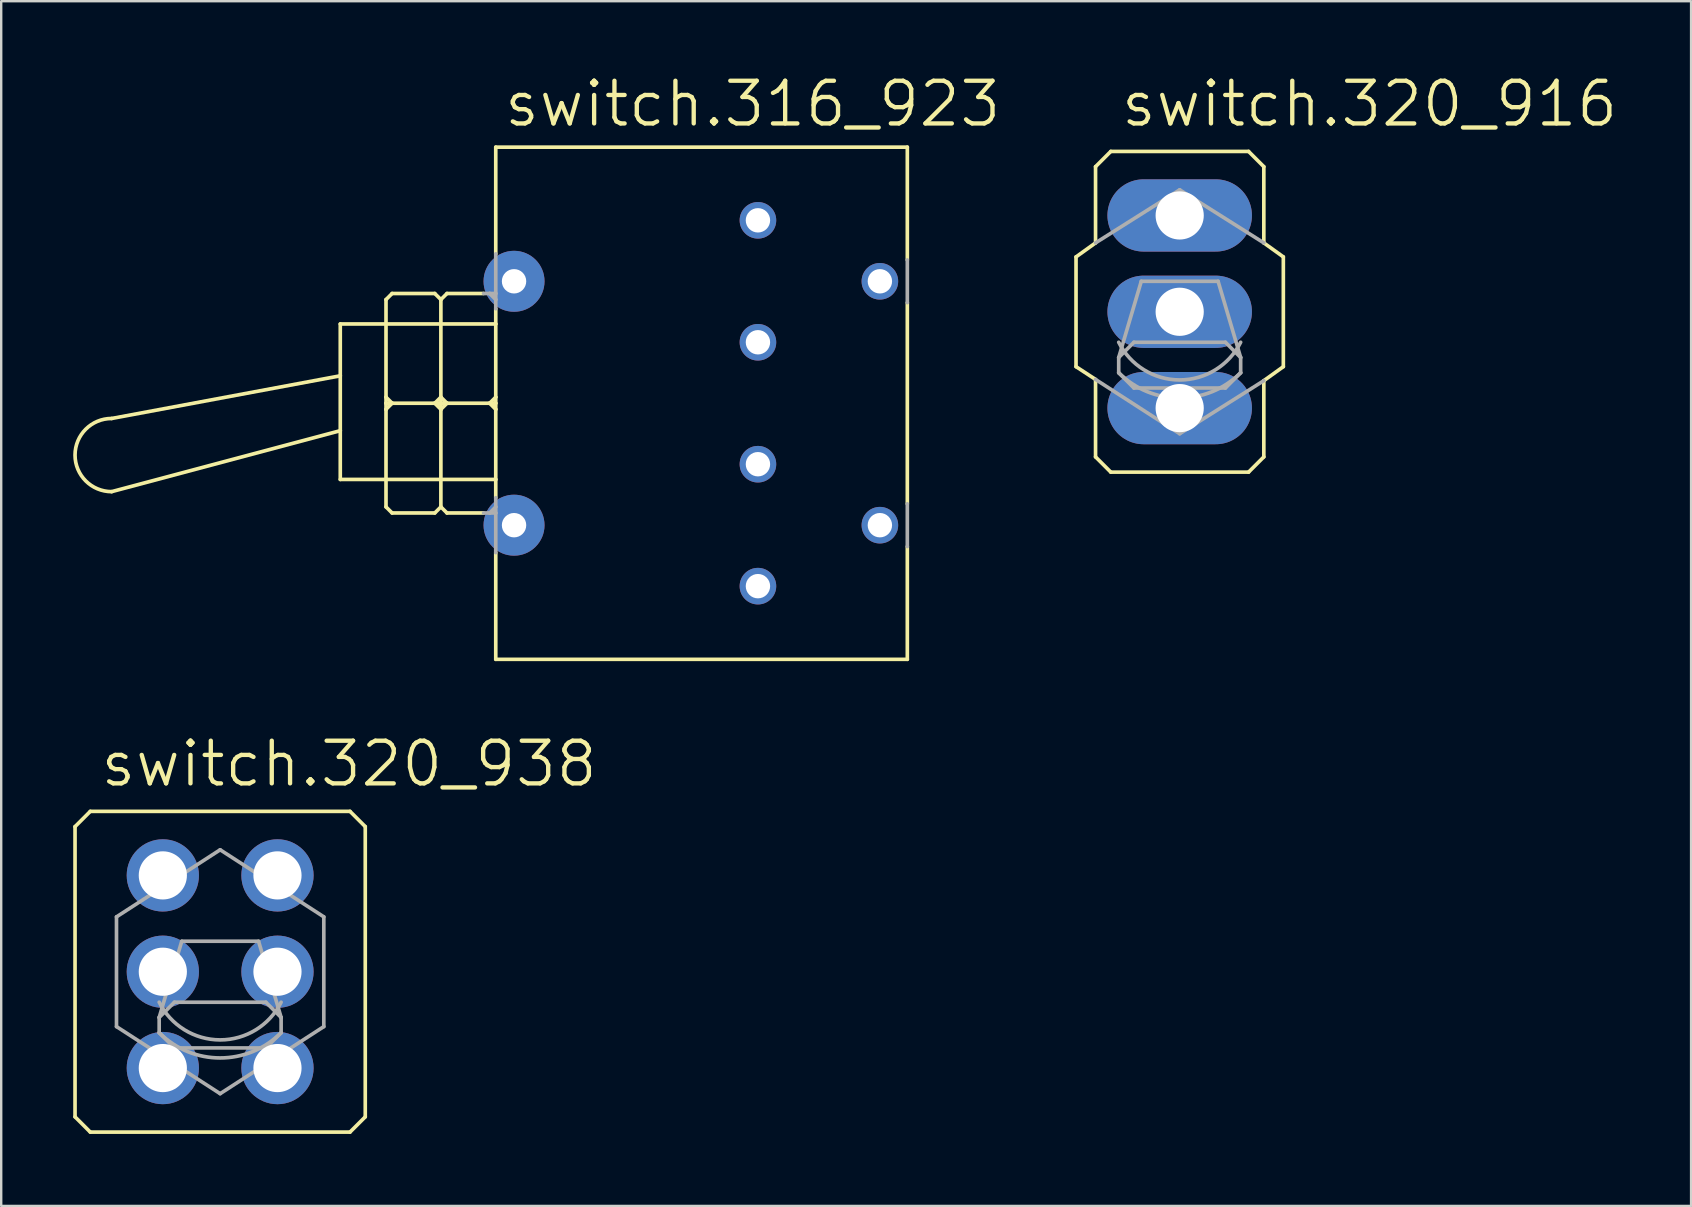
<source format=kicad_pcb>
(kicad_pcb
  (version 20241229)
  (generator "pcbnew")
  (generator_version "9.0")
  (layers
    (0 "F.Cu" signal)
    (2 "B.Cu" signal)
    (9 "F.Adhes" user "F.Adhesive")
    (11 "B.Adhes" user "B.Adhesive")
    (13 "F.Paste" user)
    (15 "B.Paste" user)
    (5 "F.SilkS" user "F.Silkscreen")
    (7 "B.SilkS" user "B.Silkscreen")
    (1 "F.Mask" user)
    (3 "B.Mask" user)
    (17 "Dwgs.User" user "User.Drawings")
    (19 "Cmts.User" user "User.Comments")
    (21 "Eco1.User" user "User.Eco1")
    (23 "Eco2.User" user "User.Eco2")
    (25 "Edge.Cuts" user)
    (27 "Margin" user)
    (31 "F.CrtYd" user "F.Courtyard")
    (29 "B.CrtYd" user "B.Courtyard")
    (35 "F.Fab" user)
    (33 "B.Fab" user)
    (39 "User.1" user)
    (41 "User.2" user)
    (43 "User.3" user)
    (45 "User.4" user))
  (footprint "switch.320_938"
    (layer "F.Cu")
    (at 6.121 37.43)
    (property "Reference" "switch.320_938" (at -5.08 -7.62 0) (layer "F.SilkS") (effects (font (size 1.778 1.778) (thickness 0.18)) (justify left bottom)))
    (attr through_hole)
    (fp_line (start -6.045 6.045) (end -6.045 -6.045) (stroke (width 0.152) (type default)) (layer "F.SilkS"))
    (fp_line (start -6.045 6.045) (end -5.41 6.68) (stroke (width 0.152) (type default)) (layer "F.SilkS"))
    (fp_line (start -5.41 -6.68) (end -6.045 -6.045) (stroke (width 0.152) (type default)) (layer "F.SilkS"))
    (fp_line (start -5.41 -6.68) (end 5.41 -6.68) (stroke (width 0.152) (type default)) (layer "F.SilkS"))
    (fp_line (start 5.41 6.68) (end -5.41 6.68) (stroke (width 0.152) (type default)) (layer "F.SilkS"))
    (fp_line (start 5.41 6.68) (end 6.045 6.045) (stroke (width 0.152) (type default)) (layer "F.SilkS"))
    (fp_line (start 6.045 -6.045) (end 5.41 -6.68) (stroke (width 0.152) (type default)) (layer "F.SilkS"))
    (fp_line (start 6.045 -6.045) (end 6.045 6.045) (stroke (width 0.152) (type default)) (layer "F.SilkS"))
    (fp_line (start -4.318 -2.286) (end -4.318 2.286) (stroke (width 0.152) (type default)) (layer "F.Fab"))
    (fp_line (start -4.318 2.286) (end 0 5.08) (stroke (width 0.152) (type default)) (layer "F.Fab"))
    (fp_line (start -2.54 2.54) (end -2.54 1.905) (stroke (width 0.152) (type default)) (layer "F.Fab"))
    (fp_line (start -2.54 2.54) (end -1.905 3.175) (stroke (width 0.152) (type default)) (layer "F.Fab"))
    (fp_line (start -1.905 1.27) (end -2.54 1.905) (stroke (width 0.152) (type default)) (layer "F.Fab"))
    (fp_line (start -1.905 1.27) (end 1.905 1.27) (stroke (width 0.152) (type default)) (layer "F.Fab"))
    (fp_line (start -1.6 -1.27) (end -2.54 1.905) (stroke (width 0.152) (type default)) (layer "F.Fab"))
    (fp_line (start -1.6 -1.27) (end 1.6 -1.27) (stroke (width 0.152) (type default)) (layer "F.Fab"))
    (fp_line (start 0 -5.08) (end -4.318 -2.286) (stroke (width 0.152) (type default)) (layer "F.Fab"))
    (fp_line (start 0 5.08) (end 4.318 2.286) (stroke (width 0.152) (type default)) (layer "F.Fab"))
    (fp_line (start 1.6 -1.27) (end 2.54 1.905) (stroke (width 0.152) (type default)) (layer "F.Fab"))
    (fp_line (start 1.905 1.27) (end 2.54 1.905) (stroke (width 0.152) (type default)) (layer "F.Fab"))
    (fp_line (start 1.905 3.175) (end -1.905 3.175) (stroke (width 0.152) (type default)) (layer "F.Fab"))
    (fp_line (start 1.905 3.175) (end 2.54 2.54) (stroke (width 0.152) (type default)) (layer "F.Fab"))
    (fp_line (start 2.54 1.905) (end 2.54 2.54) (stroke (width 0.152) (type default)) (layer "F.Fab"))
    (fp_line (start 4.318 -2.286) (end 0 -5.08) (stroke (width 0.152) (type default)) (layer "F.Fab"))
    (fp_line (start 4.318 -2.286) (end 4.318 2.286) (stroke (width 0.152) (type default)) (layer "F.Fab"))
    (fp_arc (start 2.54 1.27) (mid 0 2.839806) (end -2.54 1.27) (stroke (width 0.1524) (type default)) (layer "F.Fab"))
    (fp_arc (start 2.54 2.54) (mid 0 3.592102) (end -2.54 2.54) (stroke (width 0.1524) (type default)) (layer "F.Fab"))
    (pad "1" thru_hole circle (at -2.388 -4.013) (size 3.01 3.01) (drill 2.007) (layers "*.Cu" "*.Mask"))
    (pad "2" thru_hole circle (at -2.388 0) (size 3.01 3.01) (drill 2.007) (layers "*.Cu" "*.Mask"))
    (pad "3" thru_hole circle (at -2.388 4.013) (size 3.01 3.01) (drill 2.007) (layers "*.Cu" "*.Mask"))
    (pad "4" thru_hole circle (at 2.388 -4.013) (size 3.01 3.01) (drill 2.007) (layers "*.Cu" "*.Mask"))
    (pad "5" thru_hole circle (at 2.388 0) (size 3.01 3.01) (drill 2.007) (layers "*.Cu" "*.Mask"))
    (pad "6" thru_hole circle (at 2.388 4.013) (size 3.01 3.01) (drill 2.007) (layers "*.Cu" "*.Mask")))
  (footprint "switch.320_916"
    (layer "F.Cu")
    (at 46.093 9.938)
    (property "Reference" "switch.320_916" (at -2.54 -7.62 0) (layer "F.SilkS") (effects (font (size 1.778 1.778) (thickness 0.18)) (justify left bottom)))
    (attr through_hole)
    (fp_line (start -4.318 -2.286) (end -4.318 2.286) (stroke (width 0.152) (type default)) (layer "F.SilkS"))
    (fp_line (start -4.318 -2.286) (end -3.505 -2.87) (stroke (width 0.152) (type default)) (layer "F.SilkS"))
    (fp_line (start -4.318 2.286) (end -3.505 2.819) (stroke (width 0.152) (type default)) (layer "F.SilkS"))
    (fp_line (start -3.505 -2.87) (end -3.505 -6.045) (stroke (width 0.152) (type default)) (layer "F.SilkS"))
    (fp_line (start -3.505 6.045) (end -3.505 2.819) (stroke (width 0.152) (type default)) (layer "F.SilkS"))
    (fp_line (start -3.505 6.045) (end -2.87 6.68) (stroke (width 0.152) (type default)) (layer "F.SilkS"))
    (fp_line (start -2.87 -6.68) (end -3.505 -6.045) (stroke (width 0.152) (type default)) (layer "F.SilkS"))
    (fp_line (start -2.87 -6.68) (end 2.87 -6.68) (stroke (width 0.152) (type default)) (layer "F.SilkS"))
    (fp_line (start 2.87 6.68) (end -2.87 6.68) (stroke (width 0.152) (type default)) (layer "F.SilkS"))
    (fp_line (start 2.87 6.68) (end 3.505 6.045) (stroke (width 0.152) (type default)) (layer "F.SilkS"))
    (fp_line (start 3.505 -6.045) (end 2.87 -6.68) (stroke (width 0.152) (type default)) (layer "F.SilkS"))
    (fp_line (start 3.505 -6.045) (end 3.505 -2.87) (stroke (width 0.152) (type default)) (layer "F.SilkS"))
    (fp_line (start 3.505 6.045) (end 3.505 2.87) (stroke (width 0.152) (type default)) (layer "F.SilkS"))
    (fp_line (start 4.318 -2.286) (end 3.505 -2.87) (stroke (width 0.152) (type default)) (layer "F.SilkS"))
    (fp_line (start 4.318 -2.286) (end 4.318 2.286) (stroke (width 0.152) (type default)) (layer "F.SilkS"))
    (fp_line (start 4.318 2.286) (end 3.505 2.87) (stroke (width 0.152) (type default)) (layer "F.SilkS"))
    (fp_line (start -3.505 -2.87) (end 0 -5.08) (stroke (width 0.152) (type default)) (layer "F.Fab"))
    (fp_line (start -3.505 2.819) (end 0 5.08) (stroke (width 0.152) (type default)) (layer "F.Fab"))
    (fp_line (start -2.54 2.54) (end -2.54 1.905) (stroke (width 0.152) (type default)) (layer "F.Fab"))
    (fp_line (start -2.54 2.54) (end -1.905 3.175) (stroke (width 0.152) (type default)) (layer "F.Fab"))
    (fp_line (start -1.905 1.27) (end -2.54 1.905) (stroke (width 0.152) (type default)) (layer "F.Fab"))
    (fp_line (start -1.905 1.27) (end 1.905 1.27) (stroke (width 0.152) (type default)) (layer "F.Fab"))
    (fp_line (start -1.6 -1.27) (end -2.54 1.905) (stroke (width 0.152) (type default)) (layer "F.Fab"))
    (fp_line (start -1.6 -1.27) (end 1.6 -1.27) (stroke (width 0.152) (type default)) (layer "F.Fab"))
    (fp_line (start 1.6 -1.27) (end 2.54 1.905) (stroke (width 0.152) (type default)) (layer "F.Fab"))
    (fp_line (start 1.905 1.27) (end 2.54 1.905) (stroke (width 0.152) (type default)) (layer "F.Fab"))
    (fp_line (start 1.905 3.175) (end -1.905 3.175) (stroke (width 0.152) (type default)) (layer "F.Fab"))
    (fp_line (start 1.905 3.175) (end 2.54 2.54) (stroke (width 0.152) (type default)) (layer "F.Fab"))
    (fp_line (start 2.54 1.905) (end 2.54 2.54) (stroke (width 0.152) (type default)) (layer "F.Fab"))
    (fp_line (start 3.505 -2.87) (end 0 -5.08) (stroke (width 0.152) (type default)) (layer "F.Fab"))
    (fp_line (start 3.505 2.87) (end 0 5.08) (stroke (width 0.152) (type default)) (layer "F.Fab"))
    (fp_arc (start 2.54 1.27) (mid 0 2.839806) (end -2.54 1.27) (stroke (width 0.1524) (type default)) (layer "F.Fab"))
    (fp_arc (start 2.54 2.54) (mid 0 3.592102) (end -2.54 2.54) (stroke (width 0.1524) (type default)) (layer "F.Fab"))
    (pad "1" thru_hole oval (at 0 -4.013) (size 6.02 3.01) (drill 2.007) (layers "*.Cu" "*.Mask"))
    (pad "2" thru_hole oval (at 0 0) (size 6.02 3.01) (drill 2.007) (layers "*.Cu" "*.Mask"))
    (pad "3" thru_hole oval (at 0 4.013) (size 6.02 3.01) (drill 2.007) (layers "*.Cu" "*.Mask")))
  (footprint "switch.316_923"
    (layer "F.Cu")
    (at 18.364 13.748)
    (property "Reference" "switch.316_923" (at -0.508 -11.43 0) (layer "F.SilkS") (effects (font (size 1.778 1.778) (thickness 0.18)) (justify left bottom)))
    (attr through_hole)
    (fp_line (start -7.239 -3.302) (end -0.762 -3.302) (stroke (width 0.152) (type default)) (layer "F.SilkS"))
    (fp_line (start -7.239 -1.143) (end -16.764 0.635) (stroke (width 0.152) (type default)) (layer "F.SilkS"))
    (fp_line (start -7.239 -1.143) (end -7.239 -3.302) (stroke (width 0.152) (type default)) (layer "F.SilkS"))
    (fp_line (start -7.239 1.143) (end -16.764 3.683) (stroke (width 0.152) (type default)) (layer "F.SilkS"))
    (fp_line (start -7.239 1.143) (end -7.239 -1.143) (stroke (width 0.152) (type default)) (layer "F.SilkS"))
    (fp_line (start -7.239 3.175) (end -7.239 1.143) (stroke (width 0.152) (type default)) (layer "F.SilkS"))
    (fp_line (start -5.334 -0.254) (end -5.334 -4.318) (stroke (width 0.152) (type default)) (layer "F.SilkS"))
    (fp_line (start -5.334 -0.254) (end -5.08 0) (stroke (width 0.152) (type default)) (layer "F.SilkS"))
    (fp_line (start -5.334 0) (end -5.334 -0.254) (stroke (width 0.152) (type default)) (layer "F.SilkS"))
    (fp_line (start -5.334 0) (end -5.08 0) (stroke (width 0.152) (type default)) (layer "F.SilkS"))
    (fp_line (start -5.334 0.254) (end -5.334 0) (stroke (width 0.152) (type default)) (layer "F.SilkS"))
    (fp_line (start -5.334 4.318) (end -5.334 0.254) (stroke (width 0.152) (type default)) (layer "F.SilkS"))
    (fp_line (start -5.334 4.318) (end -5.08 4.572) (stroke (width 0.152) (type default)) (layer "F.SilkS"))
    (fp_line (start -5.08 -4.572) (end -5.334 -4.318) (stroke (width 0.152) (type default)) (layer "F.SilkS"))
    (fp_line (start -5.08 -4.572) (end -3.302 -4.572) (stroke (width 0.152) (type default)) (layer "F.SilkS"))
    (fp_line (start -5.08 0) (end -5.334 0.254) (stroke (width 0.152) (type default)) (layer "F.SilkS"))
    (fp_line (start -5.08 0) (end -3.302 0) (stroke (width 0.152) (type default)) (layer "F.SilkS"))
    (fp_line (start -3.302 0) (end -3.048 -0.254) (stroke (width 0.152) (type default)) (layer "F.SilkS"))
    (fp_line (start -3.302 0) (end -3.048 0) (stroke (width 0.152) (type default)) (layer "F.SilkS"))
    (fp_line (start -3.302 4.572) (end -5.08 4.572) (stroke (width 0.152) (type default)) (layer "F.SilkS"))
    (fp_line (start -3.048 -4.318) (end -3.302 -4.572) (stroke (width 0.152) (type default)) (layer "F.SilkS"))
    (fp_line (start -3.048 -0.254) (end -3.048 -4.318) (stroke (width 0.152) (type default)) (layer "F.SilkS"))
    (fp_line (start -3.048 -0.254) (end -2.794 0) (stroke (width 0.152) (type default)) (layer "F.SilkS"))
    (fp_line (start -3.048 0) (end -3.048 -0.254) (stroke (width 0.152) (type default)) (layer "F.SilkS"))
    (fp_line (start -3.048 0) (end -2.794 0) (stroke (width 0.152) (type default)) (layer "F.SilkS"))
    (fp_line (start -3.048 0.254) (end -3.302 0) (stroke (width 0.152) (type default)) (layer "F.SilkS"))
    (fp_line (start -3.048 0.254) (end -3.048 0) (stroke (width 0.152) (type default)) (layer "F.SilkS"))
    (fp_line (start -3.048 4.318) (end -3.302 4.572) (stroke (width 0.152) (type default)) (layer "F.SilkS"))
    (fp_line (start -3.048 4.318) (end -3.048 0.254) (stroke (width 0.152) (type default)) (layer "F.SilkS"))
    (fp_line (start -3.048 4.318) (end -2.794 4.572) (stroke (width 0.152) (type default)) (layer "F.SilkS"))
    (fp_line (start -2.794 -4.572) (end -3.048 -4.318) (stroke (width 0.152) (type default)) (layer "F.SilkS"))
    (fp_line (start -2.794 0) (end -3.048 0.254) (stroke (width 0.152) (type default)) (layer "F.SilkS"))
    (fp_line (start -2.794 0) (end -1.016 0) (stroke (width 0.152) (type default)) (layer "F.SilkS"))
    (fp_line (start -1.27 -4.572) (end -2.794 -4.572) (stroke (width 0.152) (type default)) (layer "F.SilkS"))
    (fp_line (start -1.27 4.572) (end -2.794 4.572) (stroke (width 0.152) (type default)) (layer "F.SilkS"))
    (fp_line (start -1.016 0) (end -0.762 0) (stroke (width 0.152) (type default)) (layer "F.SilkS"))
    (fp_line (start -1.016 0) (end -0.762 0.254) (stroke (width 0.152) (type default)) (layer "F.SilkS"))
    (fp_line (start -0.762 -6.223) (end -0.762 -10.668) (stroke (width 0.152) (type default)) (layer "F.SilkS"))
    (fp_line (start -0.762 -3.937) (end -0.762 -3.302) (stroke (width 0.152) (type default)) (layer "F.SilkS"))
    (fp_line (start -0.762 -3.302) (end -0.762 -0.254) (stroke (width 0.152) (type default)) (layer "F.SilkS"))
    (fp_line (start -0.762 -0.254) (end -1.016 0) (stroke (width 0.152) (type default)) (layer "F.SilkS"))
    (fp_line (start -0.762 -0.254) (end -0.762 0) (stroke (width 0.152) (type default)) (layer "F.SilkS"))
    (fp_line (start -0.762 0) (end -0.762 0.254) (stroke (width 0.152) (type default)) (layer "F.SilkS"))
    (fp_line (start -0.762 0.254) (end -0.762 3.175) (stroke (width 0.152) (type default)) (layer "F.SilkS"))
    (fp_line (start -0.762 3.175) (end -7.239 3.175) (stroke (width 0.152) (type default)) (layer "F.SilkS"))
    (fp_line (start -0.762 3.937) (end -0.762 3.175) (stroke (width 0.152) (type default)) (layer "F.SilkS"))
    (fp_line (start -0.762 6.223) (end -0.762 10.668) (stroke (width 0.152) (type default)) (layer "F.SilkS"))
    (fp_line (start -0.762 10.668) (end 16.383 10.668) (stroke (width 0.152) (type default)) (layer "F.SilkS"))
    (fp_line (start 16.383 -10.668) (end -0.762 -10.668) (stroke (width 0.152) (type default)) (layer "F.SilkS"))
    (fp_line (start 16.383 -10.668) (end 16.383 -5.969) (stroke (width 0.152) (type default)) (layer "F.SilkS"))
    (fp_line (start 16.383 -4.191) (end 16.383 4.191) (stroke (width 0.152) (type default)) (layer "F.SilkS"))
    (fp_line (start 16.383 10.668) (end 16.383 5.969) (stroke (width 0.152) (type default)) (layer "F.SilkS"))
    (fp_arc (start -16.764 3.683) (mid -18.288 2.159) (end -16.764 0.635) (stroke (width 0.1524) (type default)) (layer "F.SilkS"))
    (fp_line (start -1.016 -4.572) (end -1.27 -4.572) (stroke (width 0.152) (type default)) (layer "F.Fab"))
    (fp_line (start -1.016 -4.572) (end -0.762 -4.572) (stroke (width 0.152) (type default)) (layer "F.Fab"))
    (fp_line (start -1.016 -4.572) (end -0.762 -4.318) (stroke (width 0.152) (type default)) (layer "F.Fab"))
    (fp_line (start -1.016 4.572) (end -1.27 4.572) (stroke (width 0.152) (type default)) (layer "F.Fab"))
    (fp_line (start -0.762 -4.572) (end -0.762 -6.223) (stroke (width 0.152) (type default)) (layer "F.Fab"))
    (fp_line (start -0.762 -4.572) (end -0.762 -4.318) (stroke (width 0.152) (type default)) (layer "F.Fab"))
    (fp_line (start -0.762 -4.318) (end -0.762 -3.937) (stroke (width 0.152) (type default)) (layer "F.Fab"))
    (fp_line (start -0.762 4.318) (end -1.016 4.572) (stroke (width 0.152) (type default)) (layer "F.Fab"))
    (fp_line (start -0.762 4.318) (end -0.762 3.937) (stroke (width 0.152) (type default)) (layer "F.Fab"))
    (fp_line (start -0.762 4.318) (end -0.762 4.572) (stroke (width 0.152) (type default)) (layer "F.Fab"))
    (fp_line (start -0.762 4.572) (end -1.016 4.572) (stroke (width 0.152) (type default)) (layer "F.Fab"))
    (fp_line (start -0.762 4.572) (end -0.762 6.223) (stroke (width 0.152) (type default)) (layer "F.Fab"))
    (fp_line (start 16.383 -4.191) (end 16.383 -5.969) (stroke (width 0.152) (type default)) (layer "F.Fab"))
    (fp_line (start 16.383 4.191) (end 16.383 5.969) (stroke (width 0.152) (type default)) (layer "F.Fab"))
    (pad "1" thru_hole circle (at 10.16 -7.62) (size 1.524 1.524) (drill 1.016) (layers "*.Cu" "*.Mask"))
    (pad "2" thru_hole circle (at 15.24 -5.08) (size 1.524 1.524) (drill 1.016) (layers "*.Cu" "*.Mask"))
    (pad "3" thru_hole circle (at 10.16 -2.54) (size 1.524 1.524) (drill 1.016) (layers "*.Cu" "*.Mask"))
    (pad "4" thru_hole circle (at 10.16 2.54) (size 1.524 1.524) (drill 1.016) (layers "*.Cu" "*.Mask"))
    (pad "5" thru_hole circle (at 15.24 5.08) (size 1.524 1.524) (drill 1.016) (layers "*.Cu" "*.Mask"))
    (pad "6" thru_hole circle (at 10.16 7.62) (size 1.524 1.524) (drill 1.016) (layers "*.Cu" "*.Mask"))
    (pad "B" thru_hole circle (at 0 5.08) (size 2.54 2.54) (drill 1.016) (layers "*.Cu" "*.Mask"))
    (pad "B1" thru_hole circle (at 0 -5.08) (size 2.54 2.54) (drill 1.016) (layers "*.Cu" "*.Mask")))
  (gr_rect
    (start -3 -3)
    (end 67.397 47.187)
    (stroke (width 0.1) (type default))
    (fill no)
    (layer "Edge.Cuts")))
</source>
